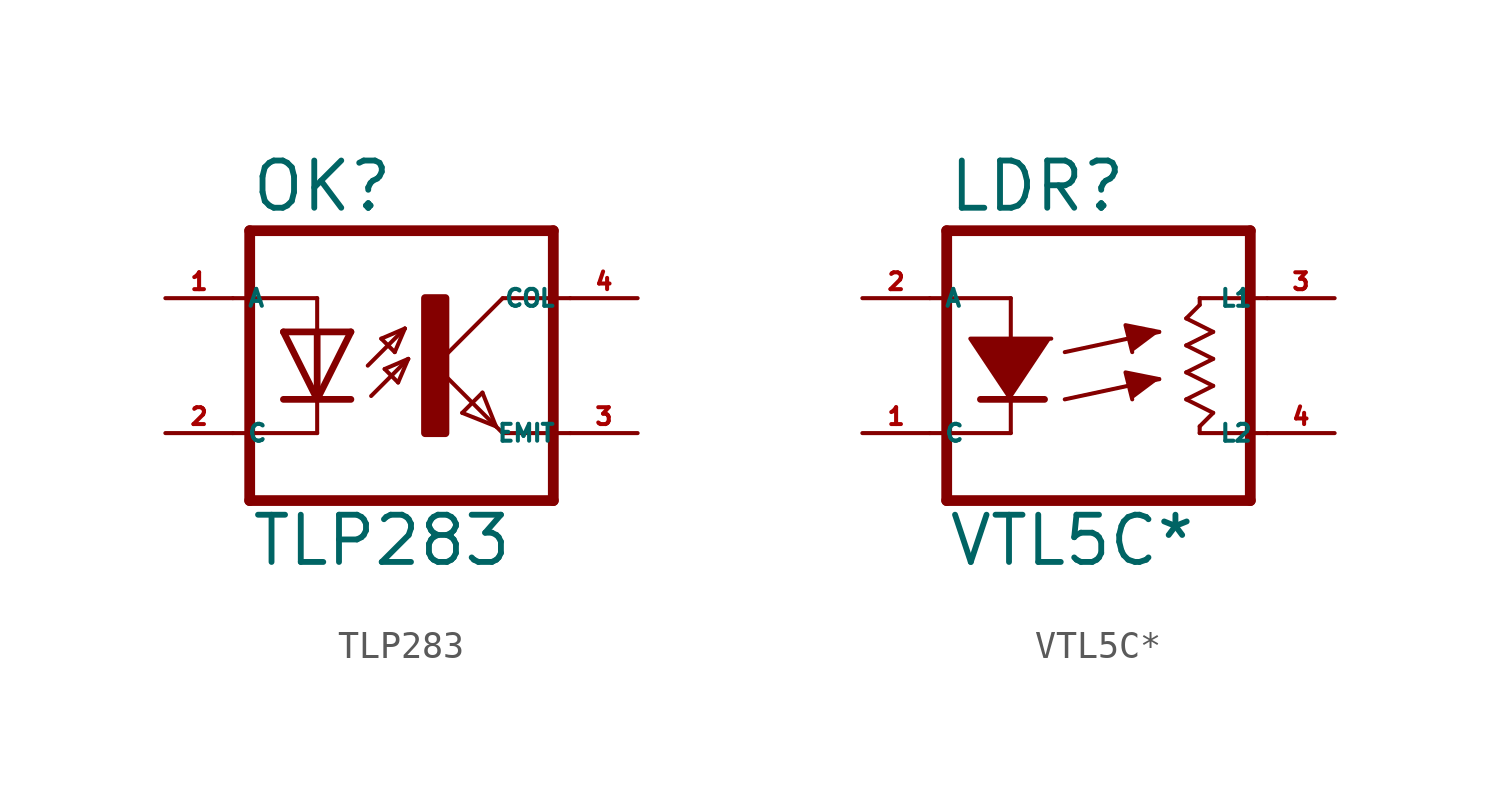
<source format=kicad_sym>
(kicad_symbol_lib
  (version 20220914)
  (generator kicad_symbol_editor)
  (symbol "TLP283"
    (property "Reference" "OK"
      (at -6.985 5.715 0)
      (effects (font (size 1.778 1.778) (thickness 0.22)) (justify left bottom)))
    (property "Value" "TLP283"
      (at -6.985 -7.62 0)
      (effects (font (size 1.778 1.778) (thickness 0.22)) (justify left bottom)))
    (symbol "TLP283_1_1"
      (rectangle (start -0.381 -2.54) (end 0.381 2.54) (stroke (width 0.3) (type default)) (fill (type outline)))
      (polyline (pts (xy -6.985 -5.08) (xy 4.445 -5.08)) (stroke (width 0.406) (type default)) (fill (type none)))
      (polyline (pts (xy -6.985 5.08) (xy -6.985 -5.08)) (stroke (width 0.406) (type default)) (fill (type none)))
      (polyline (pts (xy -6.985 5.08) (xy 4.445 5.08)) (stroke (width 0.406) (type default)) (fill (type none)))
      (polyline (pts (xy -4.445 -2.54) (xy -7.62 -2.54)) (stroke (width 0.152) (type default)) (fill (type none)))
      (polyline (pts (xy -4.445 -1.27) (xy -5.715 -1.27)) (stroke (width 0.254) (type default)) (fill (type none)))
      (polyline (pts (xy -4.445 -1.27) (xy -5.715 1.27)) (stroke (width 0.254) (type default)) (fill (type none)))
      (polyline (pts (xy -4.445 -1.27) (xy -4.445 -2.54)) (stroke (width 0.152) (type default)) (fill (type none)))
      (polyline (pts (xy -4.445 1.27) (xy -5.715 1.27)) (stroke (width 0.254) (type default)) (fill (type none)))
      (polyline (pts (xy -4.445 1.27) (xy -4.445 -1.27)) (stroke (width 0.254) (type default)) (fill (type none)))
      (polyline (pts (xy -4.445 2.54) (xy -7.62 2.54)) (stroke (width 0.152) (type default)) (fill (type none)))
      (polyline (pts (xy -4.445 2.54) (xy -4.445 1.27)) (stroke (width 0.152) (type default)) (fill (type none)))
      (polyline (pts (xy -3.175 -1.27) (xy -4.445 -1.27)) (stroke (width 0.254) (type default)) (fill (type none)))
      (polyline (pts (xy -3.175 1.27) (xy -4.445 -1.27)) (stroke (width 0.254) (type default)) (fill (type none)))
      (polyline (pts (xy -3.175 1.27) (xy -4.445 1.27)) (stroke (width 0.254) (type default)) (fill (type none)))
      (polyline (pts (xy -2.54 0) (xy -1.143 1.397)) (stroke (width 0.152) (type default)) (fill (type none)))
      (polyline (pts (xy -2.413 -1.143) (xy -1.016 0.254)) (stroke (width 0.152) (type default)) (fill (type none)))
      (polyline (pts (xy -2.032 1.016) (xy -1.524 0.508)) (stroke (width 0.152) (type default)) (fill (type none)))
      (polyline (pts (xy -1.905 -0.127) (xy -1.397 -0.635)) (stroke (width 0.152) (type default)) (fill (type none)))
      (polyline (pts (xy -1.524 0.508) (xy -1.143 1.397)) (stroke (width 0.152) (type default)) (fill (type none)))
      (polyline (pts (xy -1.397 -0.635) (xy -1.016 0.254)) (stroke (width 0.152) (type default)) (fill (type none)))
      (polyline (pts (xy -1.143 1.397) (xy -2.032 1.016)) (stroke (width 0.152) (type default)) (fill (type none)))
      (polyline (pts (xy -1.016 0.254) (xy -1.905 -0.127)) (stroke (width 0.152) (type default)) (fill (type none)))
      (polyline (pts (xy 0 0) (xy 2.286 -2.286)) (stroke (width 0.152) (type default)) (fill (type none)))
      (polyline (pts (xy 1.016 -1.778) (xy 1.778 -1.016)) (stroke (width 0.152) (type default)) (fill (type none)))
      (polyline (pts (xy 1.778 -1.016) (xy 2.286 -2.286)) (stroke (width 0.152) (type default)) (fill (type none)))
      (polyline (pts (xy 2.286 -2.286) (xy 1.016 -1.778)) (stroke (width 0.152) (type default)) (fill (type none)))
      (polyline (pts (xy 2.286 -2.286) (xy 2.54 -2.54)) (stroke (width 0.152) (type default)) (fill (type none)))
      (polyline (pts (xy 2.54 -2.54) (xy 5.08 -2.54)) (stroke (width 0.152) (type default)) (fill (type none)))
      (polyline (pts (xy 2.54 2.54) (xy 0 0)) (stroke (width 0.152) (type default)) (fill (type none)))
      (polyline (pts (xy 2.54 2.54) (xy 5.08 2.54)) (stroke (width 0.152) (type default)) (fill (type none)))
      (polyline (pts (xy 4.445 5.08) (xy 4.445 -5.08)) (stroke (width 0.406) (type default)) (fill (type none)))
      (pin passive line (at -10.16 2.54 0) (length 2.54) (name "A" (effects (font (size 0.635 0.635)))) (number "1" (effects (font (size 0.635 0.635)))))
      (pin passive line (at -10.16 -2.54 0) (length 2.54) (name "C" (effects (font (size 0.635 0.635)))) (number "2" (effects (font (size 0.635 0.635)))))
      (pin passive line (at 7.62 -2.54 180) (length 2.54) (name "EMIT" (effects (font (size 0.635 0.635)))) (number "3" (effects (font (size 0.635 0.635)))))
      (pin passive line (at 7.62 2.54 180) (length 2.54) (name "COL" (effects (font (size 0.635 0.635)))) (number "4" (effects (font (size 0.635 0.635)))))))
  (symbol "VTL5C*"
    (property "Reference" "LDR"
      (at -6.985 5.715 0)
      (effects (font (size 1.778 1.778) (thickness 0.22)) (justify left bottom)))
    (property "Value" "VTL5C*"
      (at -6.985 -7.62 0)
      (effects (font (size 1.778 1.778) (thickness 0.22)) (justify left bottom)))
    (symbol "VTL5C*_1_1"
      (polyline (pts (xy -6.985 -5.08) (xy 4.445 -5.08)) (stroke (width 0.406) (type default)) (fill (type none)))
      (polyline (pts (xy -6.985 5.08) (xy -6.985 -5.08)) (stroke (width 0.406) (type default)) (fill (type none)))
      (polyline (pts (xy -6.985 5.08) (xy 4.445 5.08)) (stroke (width 0.406) (type default)) (fill (type none)))
      (polyline (pts (xy -4.572 -2.54) (xy -7.62 -2.54)) (stroke (width 0.152) (type default)) (fill (type none)))
      (polyline (pts (xy -4.572 -1.27) (xy -5.715 -1.27)) (stroke (width 0.254) (type default)) (fill (type none)))
      (polyline (pts (xy -4.572 -1.27) (xy -4.572 -2.54)) (stroke (width 0.152) (type default)) (fill (type none)))
      (polyline (pts (xy -4.572 2.54) (xy -7.62 2.54)) (stroke (width 0.152) (type default)) (fill (type none)))
      (polyline (pts (xy -4.572 2.54) (xy -4.572 1.016)) (stroke (width 0.152) (type default)) (fill (type none)))
      (polyline (pts (xy -3.302 -1.27) (xy -4.572 -1.27)) (stroke (width 0.254) (type default)) (fill (type none)))
      (polyline (pts (xy -2.54 -1.27) (xy 1.016 -0.508)) (stroke (width 0.152) (type default)) (fill (type none)))
      (polyline (pts (xy -2.54 0.508) (xy 1.016 1.27)) (stroke (width 0.152) (type default)) (fill (type none)))
      (polyline (pts (xy 2.032 -1.27) (xy 3.048 -1.778)) (stroke (width 0.152) (type default)) (fill (type none)))
      (polyline (pts (xy 2.032 -0.254) (xy 3.048 -0.762)) (stroke (width 0.152) (type default)) (fill (type none)))
      (polyline (pts (xy 2.032 0.762) (xy 3.048 0.254)) (stroke (width 0.152) (type default)) (fill (type none)))
      (polyline (pts (xy 2.032 1.778) (xy 3.048 1.27)) (stroke (width 0.152) (type default)) (fill (type none)))
      (polyline (pts (xy 2.54 -2.54) (xy 2.54 -2.286)) (stroke (width 0.152) (type default)) (fill (type none)))
      (polyline (pts (xy 2.54 -2.54) (xy 5.08 -2.54)) (stroke (width 0.152) (type default)) (fill (type none)))
      (polyline (pts (xy 2.54 2.286) (xy 2.032 1.778)) (stroke (width 0.152) (type default)) (fill (type none)))
      (polyline (pts (xy 2.54 2.54) (xy 2.54 2.286)) (stroke (width 0.152) (type default)) (fill (type none)))
      (polyline (pts (xy 2.54 2.54) (xy 5.08 2.54)) (stroke (width 0.152) (type default)) (fill (type none)))
      (polyline (pts (xy 3.048 -1.778) (xy 2.54 -2.286)) (stroke (width 0.152) (type default)) (fill (type none)))
      (polyline (pts (xy 3.048 -0.762) (xy 2.032 -1.27)) (stroke (width 0.152) (type default)) (fill (type none)))
      (polyline (pts (xy 3.048 0.254) (xy 2.032 -0.254)) (stroke (width 0.152) (type default)) (fill (type none)))
      (polyline (pts (xy 3.048 1.27) (xy 2.032 0.762)) (stroke (width 0.152) (type default)) (fill (type none)))
      (polyline (pts (xy 4.445 5.08) (xy 4.445 -5.08)) (stroke (width 0.406) (type default)) (fill (type none)))
      (polyline (pts (xy -4.572 -1.27) (xy -6.096 1.016) (xy -3.048 1.016)) (stroke (width 0.152) (type default)) (fill (type outline)))
      (polyline (pts (xy 1.016 -0.508) (xy -0.254 -0.254) (xy 0 -1.27)) (stroke (width 0.152) (type default)) (fill (type outline)))
      (polyline (pts (xy 1.016 1.27) (xy -0.254 1.524) (xy 0 0.508)) (stroke (width 0.152) (type default)) (fill (type outline)))
      (pin passive line (at -10.16 -2.54 0) (length 2.54) (name "C" (effects (font (size 0.635 0.635)))) (number "1" (effects (font (size 0.635 0.635)))))
      (pin passive line (at -10.16 2.54 0) (length 2.54) (name "A" (effects (font (size 0.635 0.635)))) (number "2" (effects (font (size 0.635 0.635)))))
      (pin passive line (at 7.62 2.54 180) (length 2.54) (name "L1" (effects (font (size 0.635 0.635)))) (number "3" (effects (font (size 0.635 0.635)))))
      (pin passive line (at 7.62 -2.54 180) (length 2.54) (name "L2" (effects (font (size 0.635 0.635)))) (number "4" (effects (font (size 0.635 0.635))))))))
</source>
